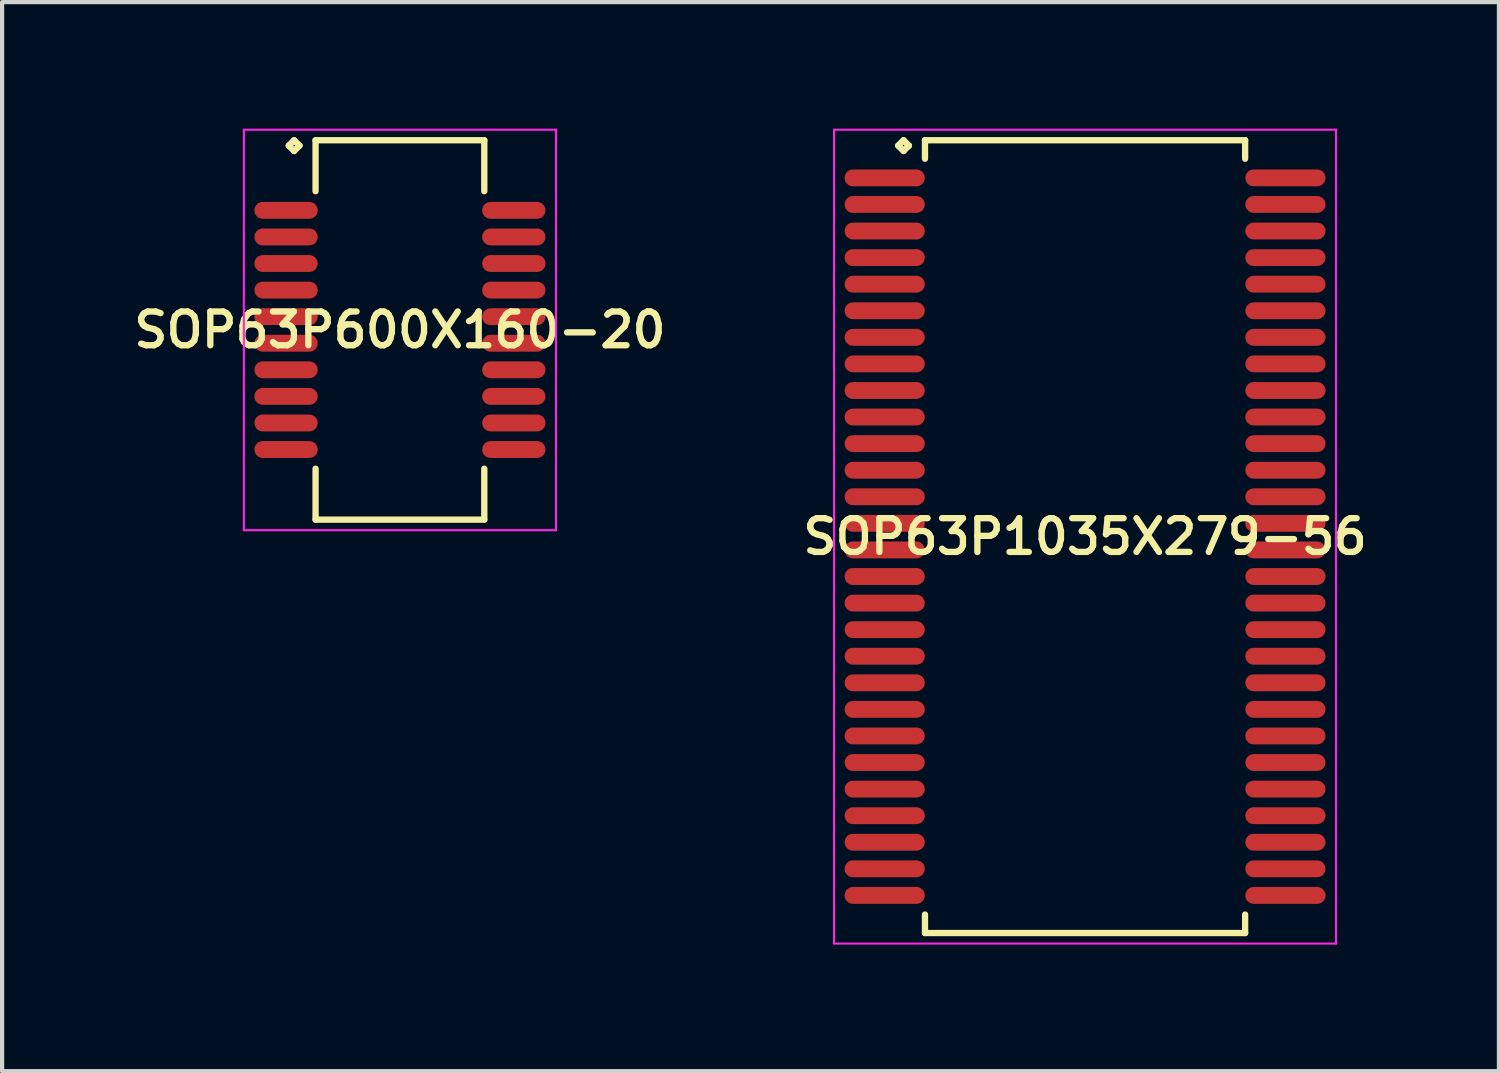
<source format=kicad_pcb>
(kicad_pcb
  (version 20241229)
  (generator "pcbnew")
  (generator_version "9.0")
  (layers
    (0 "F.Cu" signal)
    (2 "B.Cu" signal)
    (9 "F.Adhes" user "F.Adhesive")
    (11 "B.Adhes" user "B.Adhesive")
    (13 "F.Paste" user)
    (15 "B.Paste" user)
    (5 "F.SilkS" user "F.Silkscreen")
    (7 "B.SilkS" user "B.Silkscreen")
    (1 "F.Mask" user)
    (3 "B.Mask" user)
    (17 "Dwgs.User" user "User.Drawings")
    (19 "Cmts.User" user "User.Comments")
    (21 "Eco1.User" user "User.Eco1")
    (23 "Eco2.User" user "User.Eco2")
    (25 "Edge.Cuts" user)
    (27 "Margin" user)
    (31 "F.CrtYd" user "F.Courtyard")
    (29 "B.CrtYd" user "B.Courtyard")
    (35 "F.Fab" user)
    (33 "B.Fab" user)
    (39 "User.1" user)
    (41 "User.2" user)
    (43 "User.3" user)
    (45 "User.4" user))
  (footprint "SOP63P600X160-20"
    (layer "F.Cu")
    (at 6.431 4.772)
    (property "Reference" "SOP63P600X160-20" (at 0 0 0) (layer "F.SilkS") (effects (font (size 0.8 0.8) (thickness 0.15))))
    (attr smd)
    (fp_line (start -2.635 -4.37) (end -2.508 -4.497) (stroke (width 0.15) (type solid)) (layer "F.SilkS"))
    (fp_line (start -2.508 -4.497) (end -2.381 -4.37) (stroke (width 0.15) (type solid)) (layer "F.SilkS"))
    (fp_line (start -2.508 -4.243) (end -2.635 -4.37) (stroke (width 0.15) (type solid)) (layer "F.SilkS"))
    (fp_line (start -2.381 -4.37) (end -2.508 -4.243) (stroke (width 0.15) (type solid)) (layer "F.SilkS"))
    (fp_line (start -2 -4.497) (end 2 -4.497) (stroke (width 0.15) (type solid)) (layer "F.SilkS"))
    (fp_line (start -2 -3.289) (end -2 -4.497) (stroke (width 0.15) (type solid)) (layer "F.SilkS"))
    (fp_line (start -2 3.289) (end -2 4.497) (stroke (width 0.15) (type solid)) (layer "F.SilkS"))
    (fp_line (start -2 4.497) (end 2 4.497) (stroke (width 0.15) (type solid)) (layer "F.SilkS"))
    (fp_line (start 2 -4.497) (end 2 -3.289) (stroke (width 0.15) (type solid)) (layer "F.SilkS"))
    (fp_line (start 2 4.497) (end 2 3.289) (stroke (width 0.15) (type solid)) (layer "F.SilkS"))
    (fp_line (start -3.7 -4.747) (end 3.7 -4.747) (stroke (width 0.05) (type solid)) (layer "F.CrtYd"))
    (fp_line (start -3.7 4.747) (end -3.7 -4.747) (stroke (width 0.05) (type solid)) (layer "F.CrtYd"))
    (fp_line (start 3.7 -4.747) (end 3.7 4.747) (stroke (width 0.05) (type solid)) (layer "F.CrtYd"))
    (fp_line (start 3.7 4.747) (end -3.7 4.747) (stroke (width 0.05) (type solid)) (layer "F.CrtYd"))
    (pad "1" smd oval (at -2.7 -2.835) (size 1.5 0.4) (layers "F.Cu" "F.Mask" "F.Paste"))
    (pad "2" smd oval (at -2.7 -2.205) (size 1.5 0.4) (layers "F.Cu" "F.Mask" "F.Paste"))
    (pad "3" smd oval (at -2.7 -1.575) (size 1.5 0.4) (layers "F.Cu" "F.Mask" "F.Paste"))
    (pad "4" smd oval (at -2.7 -0.945) (size 1.5 0.4) (layers "F.Cu" "F.Mask" "F.Paste"))
    (pad "5" smd oval (at -2.7 -0.315) (size 1.5 0.4) (layers "F.Cu" "F.Mask" "F.Paste"))
    (pad "6" smd oval (at -2.7 0.315) (size 1.5 0.4) (layers "F.Cu" "F.Mask" "F.Paste"))
    (pad "7" smd oval (at -2.7 0.945) (size 1.5 0.4) (layers "F.Cu" "F.Mask" "F.Paste"))
    (pad "8" smd oval (at -2.7 1.575) (size 1.5 0.4) (layers "F.Cu" "F.Mask" "F.Paste"))
    (pad "9" smd oval (at -2.7 2.205) (size 1.5 0.4) (layers "F.Cu" "F.Mask" "F.Paste"))
    (pad "10" smd oval (at -2.7 2.835) (size 1.5 0.4) (layers "F.Cu" "F.Mask" "F.Paste"))
    (pad "11" smd oval (at 2.7 2.835) (size 1.5 0.4) (layers "F.Cu" "F.Mask" "F.Paste"))
    (pad "12" smd oval (at 2.7 2.205) (size 1.5 0.4) (layers "F.Cu" "F.Mask" "F.Paste"))
    (pad "13" smd oval (at 2.7 1.575) (size 1.5 0.4) (layers "F.Cu" "F.Mask" "F.Paste"))
    (pad "14" smd oval (at 2.7 0.945) (size 1.5 0.4) (layers "F.Cu" "F.Mask" "F.Paste"))
    (pad "15" smd oval (at 2.7 0.315) (size 1.5 0.4) (layers "F.Cu" "F.Mask" "F.Paste"))
    (pad "16" smd oval (at 2.7 -0.315) (size 1.5 0.4) (layers "F.Cu" "F.Mask" "F.Paste"))
    (pad "17" smd oval (at 2.7 -0.945) (size 1.5 0.4) (layers "F.Cu" "F.Mask" "F.Paste"))
    (pad "18" smd oval (at 2.7 -1.575) (size 1.5 0.4) (layers "F.Cu" "F.Mask" "F.Paste"))
    (pad "19" smd oval (at 2.7 -2.205) (size 1.5 0.4) (layers "F.Cu" "F.Mask" "F.Paste"))
    (pad "20" smd oval (at 2.7 -2.835) (size 1.5 0.4) (layers "F.Cu" "F.Mask" "F.Paste")))
  (footprint "SOP63P1035X279-56"
    (layer "F.Cu")
    (at 22.673 9.672)
    (property "Reference" "SOP63P1035X279-56" (at 0 0 0) (layer "F.SilkS") (effects (font (size 0.8 0.8) (thickness 0.15))))
    (attr smd)
    (fp_line (start -4.43 -9.27) (end -4.303 -9.397) (stroke (width 0.15) (type solid)) (layer "F.SilkS"))
    (fp_line (start -4.303 -9.397) (end -4.176 -9.27) (stroke (width 0.15) (type solid)) (layer "F.SilkS"))
    (fp_line (start -4.303 -9.143) (end -4.43 -9.27) (stroke (width 0.15) (type solid)) (layer "F.SilkS"))
    (fp_line (start -4.176 -9.27) (end -4.303 -9.143) (stroke (width 0.15) (type solid)) (layer "F.SilkS"))
    (fp_line (start -3.795 -9.397) (end 3.795 -9.397) (stroke (width 0.15) (type solid)) (layer "F.SilkS"))
    (fp_line (start -3.795 -8.959) (end -3.795 -9.397) (stroke (width 0.15) (type solid)) (layer "F.SilkS"))
    (fp_line (start -3.795 8.959) (end -3.795 9.397) (stroke (width 0.15) (type solid)) (layer "F.SilkS"))
    (fp_line (start -3.795 9.397) (end 3.795 9.397) (stroke (width 0.15) (type solid)) (layer "F.SilkS"))
    (fp_line (start 3.795 -9.397) (end 3.795 -8.959) (stroke (width 0.15) (type solid)) (layer "F.SilkS"))
    (fp_line (start 3.795 9.397) (end 3.795 8.959) (stroke (width 0.15) (type solid)) (layer "F.SilkS"))
    (fp_line (start -5.95 -9.647) (end 5.95 -9.647) (stroke (width 0.05) (type solid)) (layer "F.CrtYd"))
    (fp_line (start -5.95 9.647) (end -5.95 -9.647) (stroke (width 0.05) (type solid)) (layer "F.CrtYd"))
    (fp_line (start 5.95 -9.647) (end 5.95 9.647) (stroke (width 0.05) (type solid)) (layer "F.CrtYd"))
    (fp_line (start 5.95 9.647) (end -5.95 9.647) (stroke (width 0.05) (type solid)) (layer "F.CrtYd"))
    (pad "1" smd oval (at -4.75 -8.505) (size 1.9 0.4) (layers "F.Cu" "F.Mask" "F.Paste"))
    (pad "2" smd oval (at -4.75 -7.875) (size 1.9 0.4) (layers "F.Cu" "F.Mask" "F.Paste"))
    (pad "3" smd oval (at -4.75 -7.245) (size 1.9 0.4) (layers "F.Cu" "F.Mask" "F.Paste"))
    (pad "4" smd oval (at -4.75 -6.615) (size 1.9 0.4) (layers "F.Cu" "F.Mask" "F.Paste"))
    (pad "5" smd oval (at -4.75 -5.985) (size 1.9 0.4) (layers "F.Cu" "F.Mask" "F.Paste"))
    (pad "6" smd oval (at -4.75 -5.355) (size 1.9 0.4) (layers "F.Cu" "F.Mask" "F.Paste"))
    (pad "7" smd oval (at -4.75 -4.725) (size 1.9 0.4) (layers "F.Cu" "F.Mask" "F.Paste"))
    (pad "8" smd oval (at -4.75 -4.095) (size 1.9 0.4) (layers "F.Cu" "F.Mask" "F.Paste"))
    (pad "9" smd oval (at -4.75 -3.465) (size 1.9 0.4) (layers "F.Cu" "F.Mask" "F.Paste"))
    (pad "10" smd oval (at -4.75 -2.835) (size 1.9 0.4) (layers "F.Cu" "F.Mask" "F.Paste"))
    (pad "11" smd oval (at -4.75 -2.205) (size 1.9 0.4) (layers "F.Cu" "F.Mask" "F.Paste"))
    (pad "12" smd oval (at -4.75 -1.575) (size 1.9 0.4) (layers "F.Cu" "F.Mask" "F.Paste"))
    (pad "13" smd oval (at -4.75 -0.945) (size 1.9 0.4) (layers "F.Cu" "F.Mask" "F.Paste"))
    (pad "14" smd oval (at -4.75 -0.315) (size 1.9 0.4) (layers "F.Cu" "F.Mask" "F.Paste"))
    (pad "15" smd oval (at -4.75 0.315) (size 1.9 0.4) (layers "F.Cu" "F.Mask" "F.Paste"))
    (pad "16" smd oval (at -4.75 0.945) (size 1.9 0.4) (layers "F.Cu" "F.Mask" "F.Paste"))
    (pad "17" smd oval (at -4.75 1.575) (size 1.9 0.4) (layers "F.Cu" "F.Mask" "F.Paste"))
    (pad "18" smd oval (at -4.75 2.205) (size 1.9 0.4) (layers "F.Cu" "F.Mask" "F.Paste"))
    (pad "19" smd oval (at -4.75 2.835) (size 1.9 0.4) (layers "F.Cu" "F.Mask" "F.Paste"))
    (pad "20" smd oval (at -4.75 3.465) (size 1.9 0.4) (layers "F.Cu" "F.Mask" "F.Paste"))
    (pad "21" smd oval (at -4.75 4.095) (size 1.9 0.4) (layers "F.Cu" "F.Mask" "F.Paste"))
    (pad "22" smd oval (at -4.75 4.725) (size 1.9 0.4) (layers "F.Cu" "F.Mask" "F.Paste"))
    (pad "23" smd oval (at -4.75 5.355) (size 1.9 0.4) (layers "F.Cu" "F.Mask" "F.Paste"))
    (pad "24" smd oval (at -4.75 5.985) (size 1.9 0.4) (layers "F.Cu" "F.Mask" "F.Paste"))
    (pad "25" smd oval (at -4.75 6.615) (size 1.9 0.4) (layers "F.Cu" "F.Mask" "F.Paste"))
    (pad "26" smd oval (at -4.75 7.245) (size 1.9 0.4) (layers "F.Cu" "F.Mask" "F.Paste"))
    (pad "27" smd oval (at -4.75 7.875) (size 1.9 0.4) (layers "F.Cu" "F.Mask" "F.Paste"))
    (pad "28" smd oval (at -4.75 8.505) (size 1.9 0.4) (layers "F.Cu" "F.Mask" "F.Paste"))
    (pad "29" smd oval (at 4.75 8.505) (size 1.9 0.4) (layers "F.Cu" "F.Mask" "F.Paste"))
    (pad "30" smd oval (at 4.75 7.875) (size 1.9 0.4) (layers "F.Cu" "F.Mask" "F.Paste"))
    (pad "31" smd oval (at 4.75 7.245) (size 1.9 0.4) (layers "F.Cu" "F.Mask" "F.Paste"))
    (pad "32" smd oval (at 4.75 6.615) (size 1.9 0.4) (layers "F.Cu" "F.Mask" "F.Paste"))
    (pad "33" smd oval (at 4.75 5.985) (size 1.9 0.4) (layers "F.Cu" "F.Mask" "F.Paste"))
    (pad "34" smd oval (at 4.75 5.355) (size 1.9 0.4) (layers "F.Cu" "F.Mask" "F.Paste"))
    (pad "35" smd oval (at 4.75 4.725) (size 1.9 0.4) (layers "F.Cu" "F.Mask" "F.Paste"))
    (pad "36" smd oval (at 4.75 4.095) (size 1.9 0.4) (layers "F.Cu" "F.Mask" "F.Paste"))
    (pad "37" smd oval (at 4.75 3.465) (size 1.9 0.4) (layers "F.Cu" "F.Mask" "F.Paste"))
    (pad "38" smd oval (at 4.75 2.835) (size 1.9 0.4) (layers "F.Cu" "F.Mask" "F.Paste"))
    (pad "39" smd oval (at 4.75 2.205) (size 1.9 0.4) (layers "F.Cu" "F.Mask" "F.Paste"))
    (pad "40" smd oval (at 4.75 1.575) (size 1.9 0.4) (layers "F.Cu" "F.Mask" "F.Paste"))
    (pad "41" smd oval (at 4.75 0.945) (size 1.9 0.4) (layers "F.Cu" "F.Mask" "F.Paste"))
    (pad "42" smd oval (at 4.75 0.315) (size 1.9 0.4) (layers "F.Cu" "F.Mask" "F.Paste"))
    (pad "43" smd oval (at 4.75 -0.315) (size 1.9 0.4) (layers "F.Cu" "F.Mask" "F.Paste"))
    (pad "44" smd oval (at 4.75 -0.945) (size 1.9 0.4) (layers "F.Cu" "F.Mask" "F.Paste"))
    (pad "45" smd oval (at 4.75 -1.575) (size 1.9 0.4) (layers "F.Cu" "F.Mask" "F.Paste"))
    (pad "46" smd oval (at 4.75 -2.205) (size 1.9 0.4) (layers "F.Cu" "F.Mask" "F.Paste"))
    (pad "47" smd oval (at 4.75 -2.835) (size 1.9 0.4) (layers "F.Cu" "F.Mask" "F.Paste"))
    (pad "48" smd oval (at 4.75 -3.465) (size 1.9 0.4) (layers "F.Cu" "F.Mask" "F.Paste"))
    (pad "49" smd oval (at 4.75 -4.095) (size 1.9 0.4) (layers "F.Cu" "F.Mask" "F.Paste"))
    (pad "50" smd oval (at 4.75 -4.725) (size 1.9 0.4) (layers "F.Cu" "F.Mask" "F.Paste"))
    (pad "51" smd oval (at 4.75 -5.355) (size 1.9 0.4) (layers "F.Cu" "F.Mask" "F.Paste"))
    (pad "52" smd oval (at 4.75 -5.985) (size 1.9 0.4) (layers "F.Cu" "F.Mask" "F.Paste"))
    (pad "53" smd oval (at 4.75 -6.615) (size 1.9 0.4) (layers "F.Cu" "F.Mask" "F.Paste"))
    (pad "54" smd oval (at 4.75 -7.245) (size 1.9 0.4) (layers "F.Cu" "F.Mask" "F.Paste"))
    (pad "55" smd oval (at 4.75 -7.875) (size 1.9 0.4) (layers "F.Cu" "F.Mask" "F.Paste"))
    (pad "56" smd oval (at 4.75 -8.505) (size 1.9 0.4) (layers "F.Cu" "F.Mask" "F.Paste")))
  (gr_rect
    (start -3 -3)
    (end 32.485 22.344)
    (stroke (width 0.1) (type default))
    (fill no)
    (layer "Edge.Cuts")))
</source>
